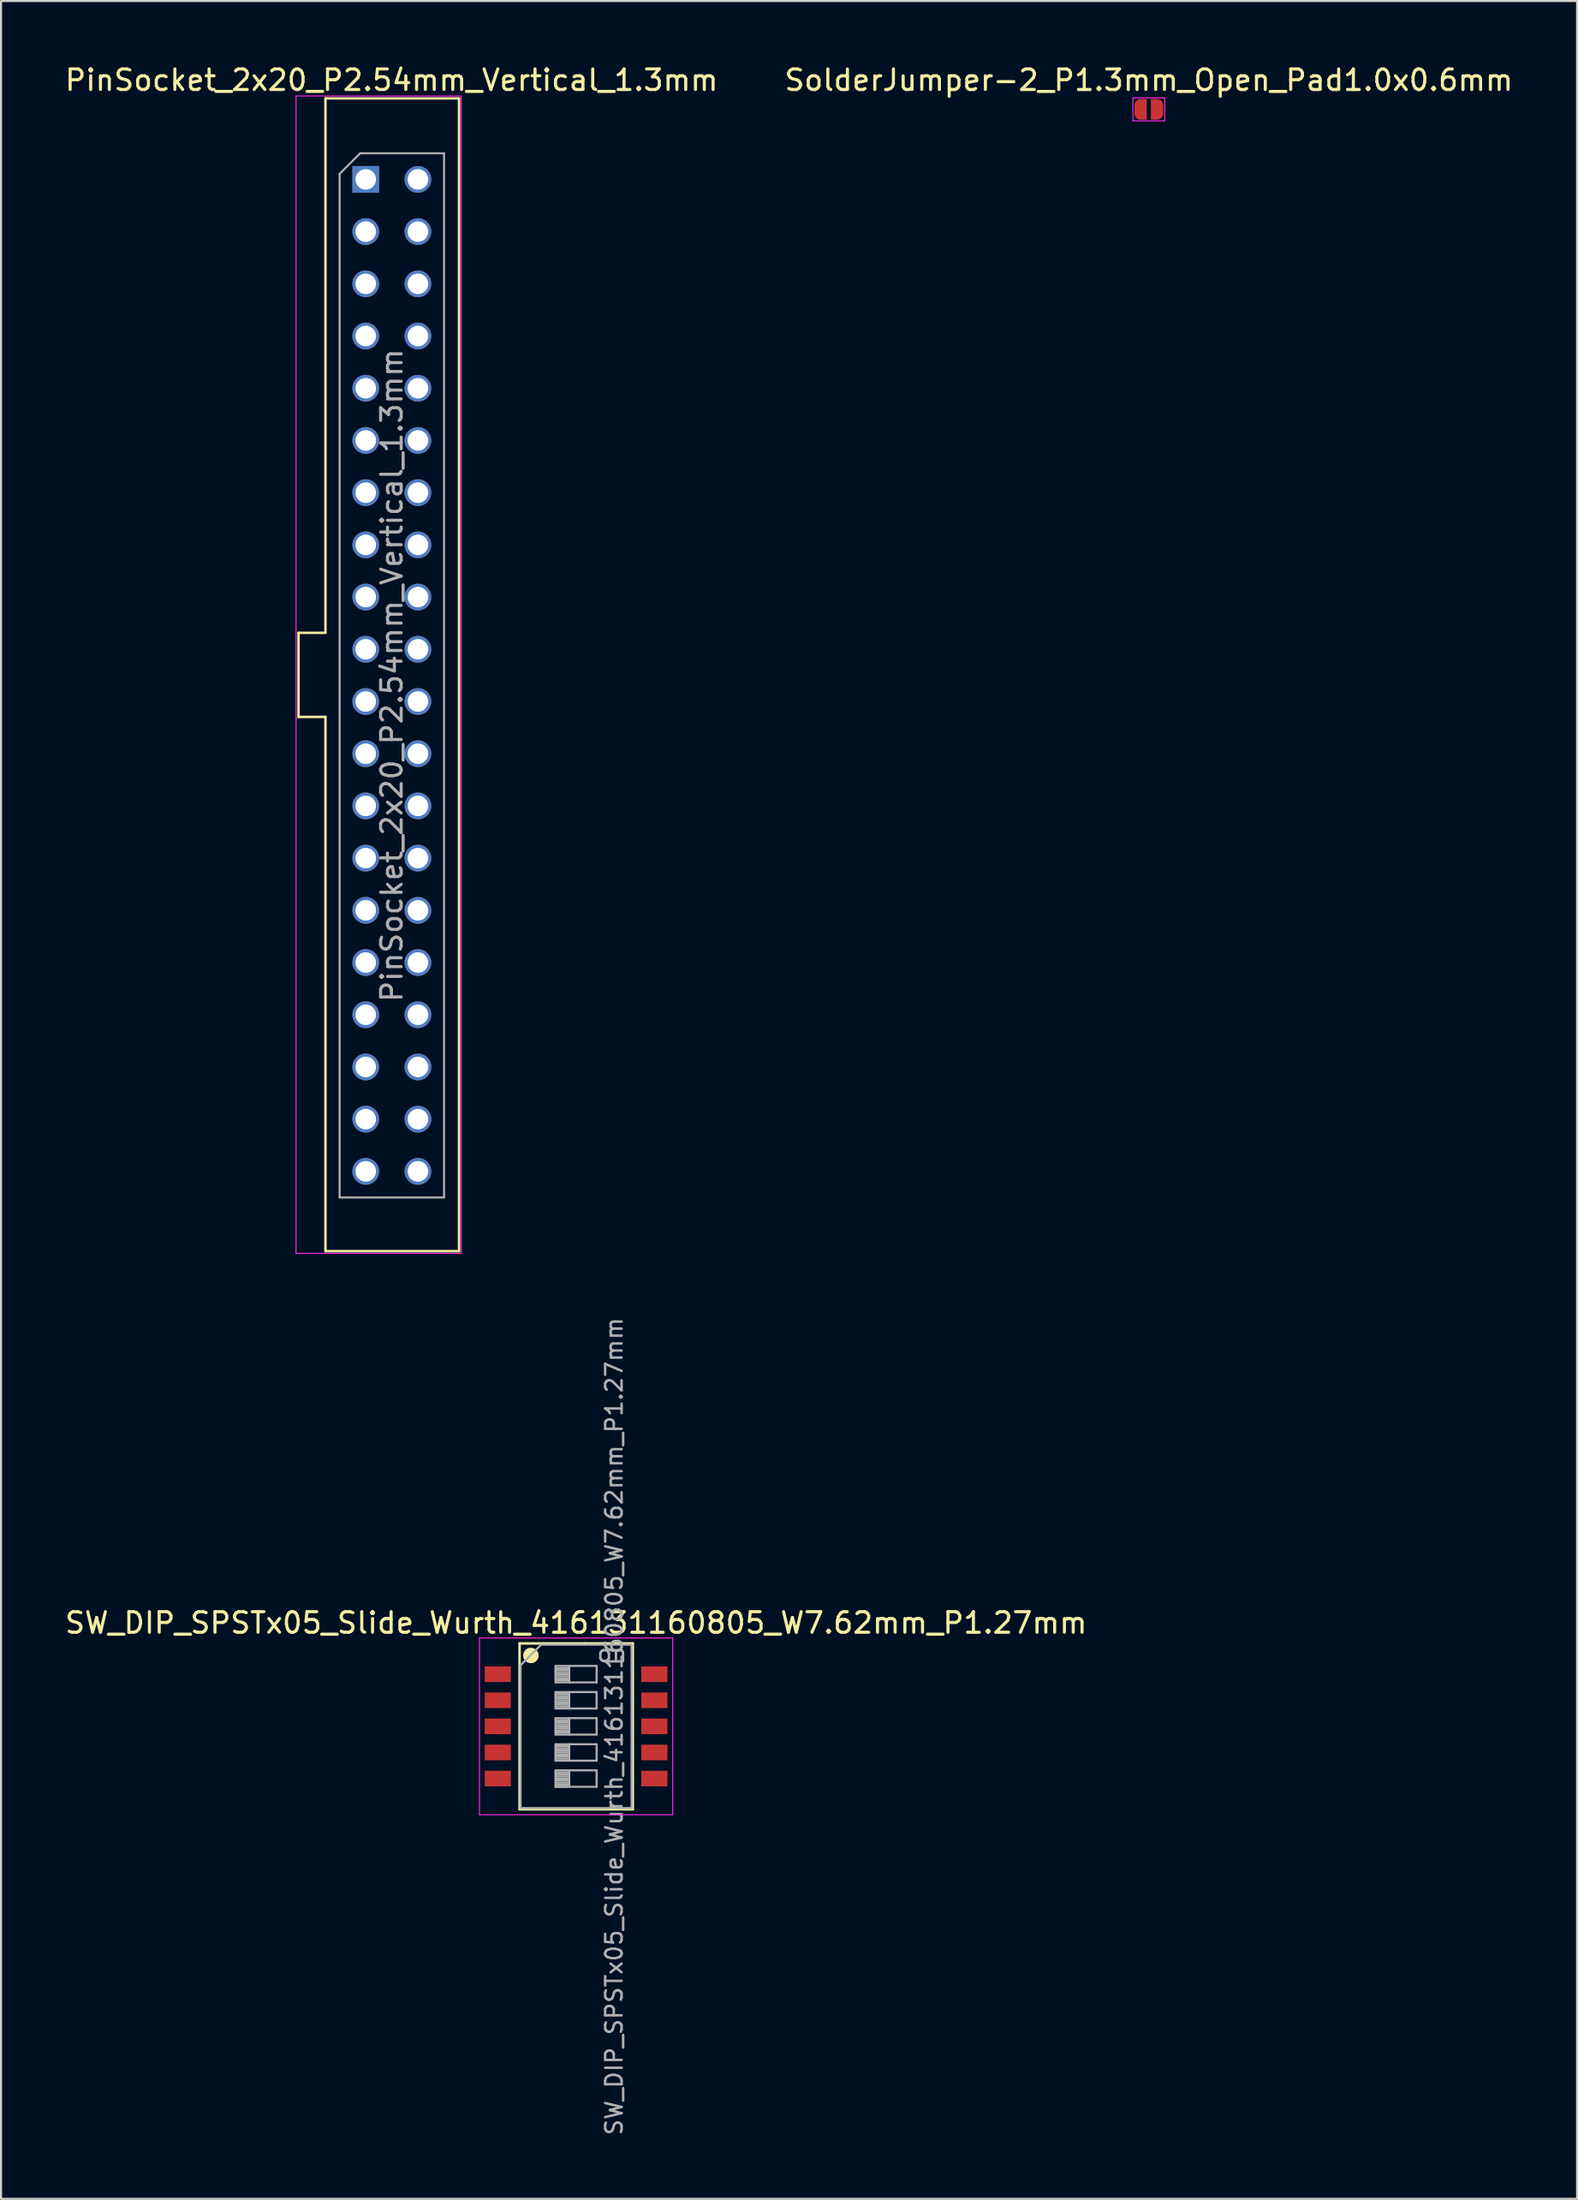
<source format=kicad_pcb>
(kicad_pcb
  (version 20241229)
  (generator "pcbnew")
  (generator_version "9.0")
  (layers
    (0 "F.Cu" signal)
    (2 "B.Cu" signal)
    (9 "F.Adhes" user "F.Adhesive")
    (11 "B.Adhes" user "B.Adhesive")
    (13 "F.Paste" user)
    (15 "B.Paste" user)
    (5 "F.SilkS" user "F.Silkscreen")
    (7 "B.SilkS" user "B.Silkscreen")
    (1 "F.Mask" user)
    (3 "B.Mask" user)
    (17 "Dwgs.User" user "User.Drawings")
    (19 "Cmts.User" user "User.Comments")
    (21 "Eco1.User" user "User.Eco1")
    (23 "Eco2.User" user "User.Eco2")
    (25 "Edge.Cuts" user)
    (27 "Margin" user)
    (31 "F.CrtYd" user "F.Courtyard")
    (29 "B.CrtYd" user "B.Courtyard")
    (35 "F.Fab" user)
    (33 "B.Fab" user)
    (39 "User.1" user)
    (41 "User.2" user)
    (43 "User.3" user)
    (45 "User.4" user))
  (footprint "SolderJumper-2_P1.3mm_Open_Pad1.0x0.6mm"
    (layer "F.Cu")
    (at 52.851 2.271)
    (property "Reference" "SolderJumper-2_P1.3mm_Open_Pad1.0x0.6mm" (at 0 -1.422 0) (layer "F.SilkS") (effects (font (size 1 1) (thickness 0.15))))
    (attr exclude_from_pos_files exclude_from_bom)
    (fp_line (start -0.775 -0.559) (end -0.775 0.559) (stroke (width 0.05) (type solid)) (layer "F.CrtYd"))
    (fp_line (start -0.775 -0.559) (end 0.775 -0.559) (stroke (width 0.05) (type solid)) (layer "F.CrtYd"))
    (fp_line (start 0.775 0.559) (end -0.775 0.559) (stroke (width 0.05) (type solid)) (layer "F.CrtYd"))
    (fp_line (start 0.775 0.559) (end 0.775 -0.559) (stroke (width 0.05) (type solid)) (layer "F.CrtYd"))
    (pad "1" smd custom (at -0.255 0) (size 0.31 1) (layers "F.Cu" "F.Mask") (options (anchor rect)) (primitives (gr_circle (center -0.145 -0.2) (end 0.155 -0.2) (width 0) (fill yes)) (gr_rect (start -0.445 -0.21) (end -0.255 0.21) (width 0) (fill yes)) (gr_circle (center -0.145 0.2) (end 0.155 0.2) (width 0) (fill yes))))
    (pad "2" smd custom (at 0.25 0) (size 0.3 1) (layers "F.Cu" "F.Mask") (options (anchor rect)) (primitives (gr_circle (center 0.15 -0.2) (end 0.45 -0.2) (width 0) (fill yes)) (gr_rect (start 0.26 -0.21) (end 0.45 0.21) (width 0) (fill yes)) (gr_circle (center 0.15 0.2) (end 0.45 0.2) (width 0) (fill yes)))))
  (footprint "SW_DIP_SPSTx05_Slide_Wurth_416131160805_W7.62mm_P1.27mm"
    (layer "F.Cu")
    (at 24.982 80.939)
    (property "Reference" "SW_DIP_SPSTx05_Slide_Wurth_416131160805_W7.62mm_P1.27mm" (at 0 -5.035 0) (layer "F.SilkS") (effects (font (size 1 1) (thickness 0.15))))
    (attr smd)
    (fp_line (start -2.75 -4.036) (end 0.42 -4.036) (stroke (width 0.12) (type solid)) (layer "F.SilkS"))
    (fp_line (start -2.75 -4.035) (end -2.75 4.035) (stroke (width 0.12) (type solid)) (layer "F.SilkS"))
    (fp_line (start -2.75 4.035) (end 2.76 4.035) (stroke (width 0.12) (type solid)) (layer "F.SilkS"))
    (fp_line (start 0.42 -4.036) (end 2.76 -4.036) (stroke (width 0.12) (type solid)) (layer "F.SilkS"))
    (fp_line (start 2.76 -4.036) (end 2.76 4.035) (stroke (width 0.12) (type solid)) (layer "F.SilkS"))
    (fp_circle (center -2.2 -3.45) (end -1.884 -3.45) (stroke (width 0.12) (type solid)) (fill yes) (layer "F.SilkS"))
    (fp_line (start -4.7 -4.3) (end -4.7 4.3) (stroke (width 0.05) (type solid)) (layer "F.CrtYd"))
    (fp_line (start -4.7 4.3) (end 4.7 4.3) (stroke (width 0.05) (type solid)) (layer "F.CrtYd"))
    (fp_line (start 4.7 -4.3) (end -4.7 -4.3) (stroke (width 0.05) (type solid)) (layer "F.CrtYd"))
    (fp_line (start 4.7 4.3) (end 4.7 -4.3) (stroke (width 0.05) (type solid)) (layer "F.CrtYd"))
    (fp_line (start -2.7 -2.975) (end -1.7 -3.975) (stroke (width 0.1) (type solid)) (layer "F.Fab"))
    (fp_line (start -2.7 3.975) (end -2.7 -2.975) (stroke (width 0.1) (type solid)) (layer "F.Fab"))
    (fp_line (start -1.7 -3.975) (end 2.7 -3.975) (stroke (width 0.1) (type solid)) (layer "F.Fab"))
    (fp_line (start -1 -2.94) (end -1 -2.14) (stroke (width 0.1) (type solid)) (layer "F.Fab"))
    (fp_line (start -1 -2.84) (end -0.333 -2.84) (stroke (width 0.1) (type solid)) (layer "F.Fab"))
    (fp_line (start -1 -2.74) (end -0.333 -2.74) (stroke (width 0.1) (type solid)) (layer "F.Fab"))
    (fp_line (start -1 -2.64) (end -0.333 -2.64) (stroke (width 0.1) (type solid)) (layer "F.Fab"))
    (fp_line (start -1 -2.54) (end -0.333 -2.54) (stroke (width 0.1) (type solid)) (layer "F.Fab"))
    (fp_line (start -1 -2.44) (end -0.333 -2.44) (stroke (width 0.1) (type solid)) (layer "F.Fab"))
    (fp_line (start -1 -2.34) (end -0.333 -2.34) (stroke (width 0.1) (type solid)) (layer "F.Fab"))
    (fp_line (start -1 -2.24) (end -0.333 -2.24) (stroke (width 0.1) (type solid)) (layer "F.Fab"))
    (fp_line (start -1 -2.14) (end 1 -2.14) (stroke (width 0.1) (type solid)) (layer "F.Fab"))
    (fp_line (start -1 -1.67) (end -1 -0.87) (stroke (width 0.1) (type solid)) (layer "F.Fab"))
    (fp_line (start -1 -1.57) (end -0.333 -1.57) (stroke (width 0.1) (type solid)) (layer "F.Fab"))
    (fp_line (start -1 -1.47) (end -0.333 -1.47) (stroke (width 0.1) (type solid)) (layer "F.Fab"))
    (fp_line (start -1 -1.37) (end -0.333 -1.37) (stroke (width 0.1) (type solid)) (layer "F.Fab"))
    (fp_line (start -1 -1.27) (end -0.333 -1.27) (stroke (width 0.1) (type solid)) (layer "F.Fab"))
    (fp_line (start -1 -1.17) (end -0.333 -1.17) (stroke (width 0.1) (type solid)) (layer "F.Fab"))
    (fp_line (start -1 -1.07) (end -0.333 -1.07) (stroke (width 0.1) (type solid)) (layer "F.Fab"))
    (fp_line (start -1 -0.97) (end -0.333 -0.97) (stroke (width 0.1) (type solid)) (layer "F.Fab"))
    (fp_line (start -1 -0.87) (end 1 -0.87) (stroke (width 0.1) (type solid)) (layer "F.Fab"))
    (fp_line (start -1 -0.4) (end -1 0.4) (stroke (width 0.1) (type solid)) (layer "F.Fab"))
    (fp_line (start -1 -0.3) (end -0.333 -0.3) (stroke (width 0.1) (type solid)) (layer "F.Fab"))
    (fp_line (start -1 -0.2) (end -0.333 -0.2) (stroke (width 0.1) (type solid)) (layer "F.Fab"))
    (fp_line (start -1 -0.1) (end -0.333 -0.1) (stroke (width 0.1) (type solid)) (layer "F.Fab"))
    (fp_line (start -1 0) (end -0.333 0) (stroke (width 0.1) (type solid)) (layer "F.Fab"))
    (fp_line (start -1 0.1) (end -0.333 0.1) (stroke (width 0.1) (type solid)) (layer "F.Fab"))
    (fp_line (start -1 0.2) (end -0.333 0.2) (stroke (width 0.1) (type solid)) (layer "F.Fab"))
    (fp_line (start -1 0.3) (end -0.333 0.3) (stroke (width 0.1) (type solid)) (layer "F.Fab"))
    (fp_line (start -1 0.4) (end 1 0.4) (stroke (width 0.1) (type solid)) (layer "F.Fab"))
    (fp_line (start -1 0.87) (end -1 1.67) (stroke (width 0.1) (type solid)) (layer "F.Fab"))
    (fp_line (start -1 0.97) (end -0.333 0.97) (stroke (width 0.1) (type solid)) (layer "F.Fab"))
    (fp_line (start -1 1.07) (end -0.333 1.07) (stroke (width 0.1) (type solid)) (layer "F.Fab"))
    (fp_line (start -1 1.17) (end -0.333 1.17) (stroke (width 0.1) (type solid)) (layer "F.Fab"))
    (fp_line (start -1 1.27) (end -0.333 1.27) (stroke (width 0.1) (type solid)) (layer "F.Fab"))
    (fp_line (start -1 1.37) (end -0.333 1.37) (stroke (width 0.1) (type solid)) (layer "F.Fab"))
    (fp_line (start -1 1.47) (end -0.333 1.47) (stroke (width 0.1) (type solid)) (layer "F.Fab"))
    (fp_line (start -1 1.57) (end -0.333 1.57) (stroke (width 0.1) (type solid)) (layer "F.Fab"))
    (fp_line (start -1 1.67) (end 1 1.67) (stroke (width 0.1) (type solid)) (layer "F.Fab"))
    (fp_line (start -1 2.14) (end -1 2.94) (stroke (width 0.1) (type solid)) (layer "F.Fab"))
    (fp_line (start -1 2.24) (end -0.333 2.24) (stroke (width 0.1) (type solid)) (layer "F.Fab"))
    (fp_line (start -1 2.34) (end -0.333 2.34) (stroke (width 0.1) (type solid)) (layer "F.Fab"))
    (fp_line (start -1 2.44) (end -0.333 2.44) (stroke (width 0.1) (type solid)) (layer "F.Fab"))
    (fp_line (start -1 2.54) (end -0.333 2.54) (stroke (width 0.1) (type solid)) (layer "F.Fab"))
    (fp_line (start -1 2.64) (end -0.333 2.64) (stroke (width 0.1) (type solid)) (layer "F.Fab"))
    (fp_line (start -1 2.74) (end -0.333 2.74) (stroke (width 0.1) (type solid)) (layer "F.Fab"))
    (fp_line (start -1 2.84) (end -0.333 2.84) (stroke (width 0.1) (type solid)) (layer "F.Fab"))
    (fp_line (start -1 2.94) (end -0.333 2.94) (stroke (width 0.1) (type solid)) (layer "F.Fab"))
    (fp_line (start -1 2.94) (end 1 2.94) (stroke (width 0.1) (type solid)) (layer "F.Fab"))
    (fp_line (start -0.333 -2.94) (end -0.333 -2.14) (stroke (width 0.1) (type solid)) (layer "F.Fab"))
    (fp_line (start -0.333 -1.67) (end -0.333 -0.87) (stroke (width 0.1) (type solid)) (layer "F.Fab"))
    (fp_line (start -0.333 -0.4) (end -0.333 0.4) (stroke (width 0.1) (type solid)) (layer "F.Fab"))
    (fp_line (start -0.333 0.87) (end -0.333 1.67) (stroke (width 0.1) (type solid)) (layer "F.Fab"))
    (fp_line (start -0.333 2.14) (end -0.333 2.94) (stroke (width 0.1) (type solid)) (layer "F.Fab"))
    (fp_line (start 1 -2.94) (end -1 -2.94) (stroke (width 0.1) (type solid)) (layer "F.Fab"))
    (fp_line (start 1 -2.14) (end 1 -2.94) (stroke (width 0.1) (type solid)) (layer "F.Fab"))
    (fp_line (start 1 -1.67) (end -1 -1.67) (stroke (width 0.1) (type solid)) (layer "F.Fab"))
    (fp_line (start 1 -0.87) (end 1 -1.67) (stroke (width 0.1) (type solid)) (layer "F.Fab"))
    (fp_line (start 1 -0.4) (end -1 -0.4) (stroke (width 0.1) (type solid)) (layer "F.Fab"))
    (fp_line (start 1 0.4) (end 1 -0.4) (stroke (width 0.1) (type solid)) (layer "F.Fab"))
    (fp_line (start 1 0.87) (end -1 0.87) (stroke (width 0.1) (type solid)) (layer "F.Fab"))
    (fp_line (start 1 1.67) (end 1 0.87) (stroke (width 0.1) (type solid)) (layer "F.Fab"))
    (fp_line (start 1 2.14) (end -1 2.14) (stroke (width 0.1) (type solid)) (layer "F.Fab"))
    (fp_line (start 1 2.94) (end 1 2.14) (stroke (width 0.1) (type solid)) (layer "F.Fab"))
    (fp_line (start 2.7 -3.975) (end 2.7 3.975) (stroke (width 0.1) (type solid)) (layer "F.Fab"))
    (fp_line (start 2.7 3.975) (end -2.7 3.975) (stroke (width 0.1) (type solid)) (layer "F.Fab"))
    (fp_text user "on" (at 1.75 -3.54 0) (layer "F.Fab") (effects (font (size 0.8 0.8) (thickness 0.12))))
    (fp_text user "${REFERENCE}" (at 1.85 0 90) (layer "F.Fab") (effects (font (size 0.8 0.8) (thickness 0.12))))
    (pad "1" smd rect (at -3.81 -2.54) (size 1.27 0.76) (layers "F.Cu" "F.Mask" "F.Paste"))
    (pad "2" smd rect (at -3.81 -1.27) (size 1.27 0.76) (layers "F.Cu" "F.Mask" "F.Paste"))
    (pad "3" smd rect (at -3.81 0) (size 1.27 0.76) (layers "F.Cu" "F.Mask" "F.Paste"))
    (pad "4" smd rect (at -3.81 1.27) (size 1.27 0.76) (layers "F.Cu" "F.Mask" "F.Paste"))
    (pad "5" smd rect (at -3.81 2.54) (size 1.27 0.76) (layers "F.Cu" "F.Mask" "F.Paste"))
    (pad "6" smd rect (at 3.81 2.54) (size 1.27 0.76) (layers "F.Cu" "F.Mask" "F.Paste"))
    (pad "7" smd rect (at 3.81 1.27) (size 1.27 0.76) (layers "F.Cu" "F.Mask" "F.Paste"))
    (pad "8" smd rect (at 3.81 0) (size 1.27 0.76) (layers "F.Cu" "F.Mask" "F.Paste"))
    (pad "9" smd rect (at 3.81 -1.27) (size 1.27 0.76) (layers "F.Cu" "F.Mask" "F.Paste"))
    (pad "10" smd rect (at 3.81 -2.54) (size 1.27 0.76) (layers "F.Cu" "F.Mask" "F.Paste")))
  (footprint "PinSocket_2x20_P2.54mm_Vertical_1.3mm"
    (layer "F.Cu")
    (at 17.346 5.678)
    (property "Reference" "PinSocket_2x20_P2.54mm_Vertical_1.3mm" (at -1.34 -4.83 0) (layer "F.SilkS") (effects (font (size 1 1) (thickness 0.15))))
    (attr through_hole)
    (fp_line (start -5.87 22.06) (end -5.87 26.15) (stroke (width 0.12) (type solid)) (layer "F.SilkS"))
    (fp_line (start -4.56 -3.94) (end 1.94 -3.94) (stroke (width 0.12) (type solid)) (layer "F.SilkS"))
    (fp_line (start -4.56 22.05) (end -4.56 -3.94) (stroke (width 0.12) (type solid)) (layer "F.SilkS"))
    (fp_line (start -4.56 22.06) (end -5.87 22.06) (stroke (width 0.12) (type solid)) (layer "F.SilkS"))
    (fp_line (start -4.56 26.15) (end -5.87 26.15) (stroke (width 0.12) (type solid)) (layer "F.SilkS"))
    (fp_line (start -4.56 52.14) (end -4.56 26.15) (stroke (width 0.12) (type solid)) (layer "F.SilkS"))
    (fp_line (start -4.56 52.14) (end 1.94 52.14) (stroke (width 0.12) (type solid)) (layer "F.SilkS"))
    (fp_line (start 1.94 -3.94) (end 1.94 52.14) (stroke (width 0.12) (type solid)) (layer "F.SilkS"))
    (fp_line (start -5.99 -4.06) (end -5.99 52.25) (stroke (width 0.05) (type solid)) (layer "F.CrtYd"))
    (fp_line (start -5.99 52.25) (end 2.05 52.25) (stroke (width 0.05) (type solid)) (layer "F.CrtYd"))
    (fp_line (start 2.05 -4.06) (end -5.99 -4.06) (stroke (width 0.05) (type solid)) (layer "F.CrtYd"))
    (fp_line (start 2.05 52.25) (end 2.05 -4.06) (stroke (width 0.05) (type solid)) (layer "F.CrtYd"))
    (fp_line (start -3.87 -0.27) (end -3.87 49.53) (stroke (width 0.1) (type solid)) (layer "F.Fab"))
    (fp_line (start -3.87 49.53) (end 1.21 49.53) (stroke (width 0.1) (type solid)) (layer "F.Fab"))
    (fp_line (start -2.87 -1.27) (end -3.87 -0.27) (stroke (width 0.1) (type solid)) (layer "F.Fab"))
    (fp_line (start 1.21 -1.27) (end -2.87 -1.27) (stroke (width 0.1) (type solid)) (layer "F.Fab"))
    (fp_line (start 1.21 49.53) (end 1.21 -1.27) (stroke (width 0.1) (type solid)) (layer "F.Fab"))
    (fp_text user "${REFERENCE}" (at -1.33 24.13 90) (layer "F.Fab") (effects (font (size 1 1) (thickness 0.15))))
    (pad "1" thru_hole rect (at -2.6 0) (size 1.3 1.3) (drill 1) (layers "*.Cu" "*.Mask"))
    (pad "2" thru_hole oval (at -0.06 0) (size 1.3 1.3) (drill 1) (layers "*.Cu" "*.Mask"))
    (pad "3" thru_hole oval (at -2.6 2.54) (size 1.3 1.3) (drill 1) (layers "*.Cu" "*.Mask"))
    (pad "4" thru_hole oval (at -0.06 2.54) (size 1.3 1.3) (drill 1) (layers "*.Cu" "*.Mask"))
    (pad "5" thru_hole oval (at -2.6 5.08) (size 1.3 1.3) (drill 1) (layers "*.Cu" "*.Mask"))
    (pad "6" thru_hole oval (at -0.06 5.08) (size 1.3 1.3) (drill 1) (layers "*.Cu" "*.Mask"))
    (pad "7" thru_hole oval (at -2.6 7.62) (size 1.3 1.3) (drill 1) (layers "*.Cu" "*.Mask"))
    (pad "8" thru_hole oval (at -0.06 7.62) (size 1.3 1.3) (drill 1) (layers "*.Cu" "*.Mask"))
    (pad "9" thru_hole oval (at -2.6 10.16) (size 1.3 1.3) (drill 1) (layers "*.Cu" "*.Mask"))
    (pad "10" thru_hole oval (at -0.06 10.16) (size 1.3 1.3) (drill 1) (layers "*.Cu" "*.Mask"))
    (pad "11" thru_hole oval (at -2.6 12.7) (size 1.3 1.3) (drill 1) (layers "*.Cu" "*.Mask"))
    (pad "12" thru_hole oval (at -0.06 12.7) (size 1.3 1.3) (drill 1) (layers "*.Cu" "*.Mask"))
    (pad "13" thru_hole oval (at -2.6 15.24) (size 1.3 1.3) (drill 1) (layers "*.Cu" "*.Mask"))
    (pad "14" thru_hole oval (at -0.06 15.24) (size 1.3 1.3) (drill 1) (layers "*.Cu" "*.Mask"))
    (pad "15" thru_hole oval (at -2.6 17.78) (size 1.3 1.3) (drill 1) (layers "*.Cu" "*.Mask"))
    (pad "16" thru_hole oval (at -0.06 17.78) (size 1.3 1.3) (drill 1) (layers "*.Cu" "*.Mask"))
    (pad "17" thru_hole oval (at -2.6 20.32) (size 1.3 1.3) (drill 1) (layers "*.Cu" "*.Mask"))
    (pad "18" thru_hole oval (at -0.06 20.32) (size 1.3 1.3) (drill 1) (layers "*.Cu" "*.Mask"))
    (pad "19" thru_hole oval (at -2.6 22.86) (size 1.3 1.3) (drill 1) (layers "*.Cu" "*.Mask"))
    (pad "20" thru_hole oval (at -0.06 22.86) (size 1.3 1.3) (drill 1) (layers "*.Cu" "*.Mask"))
    (pad "21" thru_hole oval (at -2.6 25.4) (size 1.3 1.3) (drill 1) (layers "*.Cu" "*.Mask"))
    (pad "22" thru_hole oval (at -0.06 25.4) (size 1.3 1.3) (drill 1) (layers "*.Cu" "*.Mask"))
    (pad "23" thru_hole oval (at -2.6 27.94) (size 1.3 1.3) (drill 1) (layers "*.Cu" "*.Mask"))
    (pad "24" thru_hole oval (at -0.06 27.94) (size 1.3 1.3) (drill 1) (layers "*.Cu" "*.Mask"))
    (pad "25" thru_hole oval (at -2.6 30.48) (size 1.3 1.3) (drill 1) (layers "*.Cu" "*.Mask"))
    (pad "26" thru_hole oval (at -0.06 30.48) (size 1.3 1.3) (drill 1) (layers "*.Cu" "*.Mask"))
    (pad "27" thru_hole oval (at -2.6 33.02) (size 1.3 1.3) (drill 1) (layers "*.Cu" "*.Mask"))
    (pad "28" thru_hole oval (at -0.06 33.02) (size 1.3 1.3) (drill 1) (layers "*.Cu" "*.Mask"))
    (pad "29" thru_hole oval (at -2.6 35.56) (size 1.3 1.3) (drill 1) (layers "*.Cu" "*.Mask"))
    (pad "30" thru_hole oval (at -0.06 35.56) (size 1.3 1.3) (drill 1) (layers "*.Cu" "*.Mask"))
    (pad "31" thru_hole oval (at -2.6 38.1) (size 1.3 1.3) (drill 1) (layers "*.Cu" "*.Mask"))
    (pad "32" thru_hole oval (at -0.06 38.1) (size 1.3 1.3) (drill 1) (layers "*.Cu" "*.Mask"))
    (pad "33" thru_hole oval (at -2.6 40.64) (size 1.3 1.3) (drill 1) (layers "*.Cu" "*.Mask"))
    (pad "34" thru_hole oval (at -0.06 40.64) (size 1.3 1.3) (drill 1) (layers "*.Cu" "*.Mask"))
    (pad "35" thru_hole oval (at -2.6 43.18) (size 1.3 1.3) (drill 1) (layers "*.Cu" "*.Mask"))
    (pad "36" thru_hole oval (at -0.06 43.18) (size 1.3 1.3) (drill 1) (layers "*.Cu" "*.Mask"))
    (pad "37" thru_hole oval (at -2.6 45.72) (size 1.3 1.3) (drill 1) (layers "*.Cu" "*.Mask"))
    (pad "38" thru_hole oval (at -0.06 45.72) (size 1.3 1.3) (drill 1) (layers "*.Cu" "*.Mask"))
    (pad "39" thru_hole oval (at -2.6 48.26) (size 1.3 1.3) (drill 1) (layers "*.Cu" "*.Mask"))
    (pad "40" thru_hole oval (at -0.06 48.26) (size 1.3 1.3) (drill 1) (layers "*.Cu" "*.Mask")))
  (gr_rect
    (start -3 -3)
    (end 73.69 103.925)
    (stroke (width 0.1) (type default))
    (fill no)
    (layer "Edge.Cuts")))
</source>
